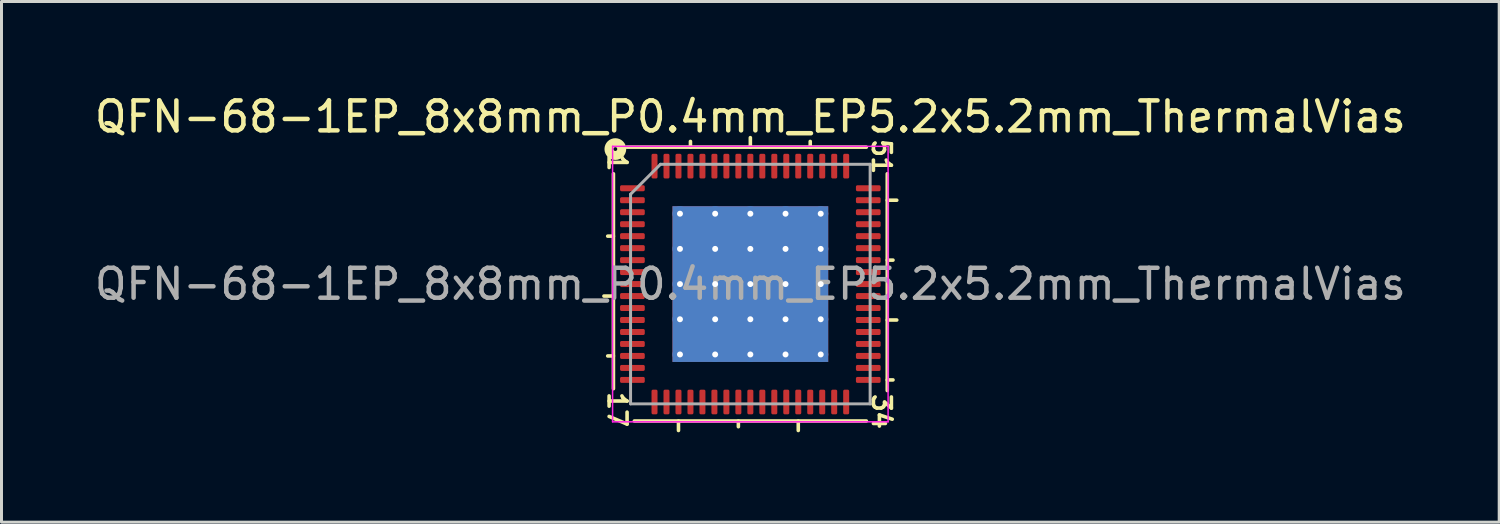
<source format=kicad_pcb>
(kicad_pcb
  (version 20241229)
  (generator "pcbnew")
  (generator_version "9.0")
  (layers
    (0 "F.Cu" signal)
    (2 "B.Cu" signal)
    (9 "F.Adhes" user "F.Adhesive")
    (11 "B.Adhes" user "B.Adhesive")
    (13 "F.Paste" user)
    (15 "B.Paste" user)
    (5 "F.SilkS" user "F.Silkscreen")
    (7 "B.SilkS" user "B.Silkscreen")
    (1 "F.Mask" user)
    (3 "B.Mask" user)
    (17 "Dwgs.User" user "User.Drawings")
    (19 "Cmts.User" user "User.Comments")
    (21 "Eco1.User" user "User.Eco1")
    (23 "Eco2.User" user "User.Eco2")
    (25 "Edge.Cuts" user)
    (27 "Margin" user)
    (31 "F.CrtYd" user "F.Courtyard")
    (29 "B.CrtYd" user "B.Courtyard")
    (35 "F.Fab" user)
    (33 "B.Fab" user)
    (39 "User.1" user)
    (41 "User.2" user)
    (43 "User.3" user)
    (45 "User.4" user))
  (footprint "QFN-68-1EP_8x8mm_P0.4mm_EP5.2x5.2mm_ThermalVias"
    (layer "F.Cu")
    (at 22.006 6.436)
    (property "Reference" "QFN-68-1EP_8x8mm_P0.4mm_EP5.2x5.2mm_ThermalVias" (at 0 -5.588 0) (layer "F.SilkS") (effects (font (size 1 1) (thickness 0.15))))
    (attr smd)
    (fp_line (start -4.572 -3.683) (end -4.572 3.493) (stroke (width 0.12) (type solid)) (layer "F.SilkS"))
    (fp_line (start -4.572 -1.6) (end -4.763 -1.6) (stroke (width 0.12) (type solid)) (layer "F.SilkS"))
    (fp_line (start -4.572 0.4) (end -4.889 0.4) (stroke (width 0.12) (type solid)) (layer "F.SilkS"))
    (fp_line (start -4.572 2.4) (end -4.763 2.4) (stroke (width 0.12) (type solid)) (layer "F.SilkS"))
    (fp_line (start -3.873 4.572) (end 3.873 4.572) (stroke (width 0.12) (type solid)) (layer "F.SilkS"))
    (fp_line (start -2.4 4.572) (end -2.4 4.889) (stroke (width 0.12) (type solid)) (layer "F.SilkS"))
    (fp_line (start -2 -4.572) (end -2 -4.763) (stroke (width 0.12) (type solid)) (layer "F.SilkS"))
    (fp_line (start -0.4 4.572) (end -0.4 4.763) (stroke (width 0.12) (type solid)) (layer "F.SilkS"))
    (fp_line (start 0 -4.572) (end 0 -4.889) (stroke (width 0.12) (type solid)) (layer "F.SilkS"))
    (fp_line (start 1.6 4.572) (end 1.6 4.889) (stroke (width 0.12) (type solid)) (layer "F.SilkS"))
    (fp_line (start 2 -4.572) (end 2 -4.763) (stroke (width 0.12) (type solid)) (layer "F.SilkS"))
    (fp_line (start 3.873 -4.572) (end -4.128 -4.572) (stroke (width 0.12) (type solid)) (layer "F.SilkS"))
    (fp_line (start 4.572 -2.8) (end 4.889 -2.8) (stroke (width 0.12) (type solid)) (layer "F.SilkS"))
    (fp_line (start 4.572 -0.8) (end 4.763 -0.8) (stroke (width 0.12) (type solid)) (layer "F.SilkS"))
    (fp_line (start 4.572 1.2) (end 4.889 1.2) (stroke (width 0.12) (type solid)) (layer "F.SilkS"))
    (fp_line (start 4.572 3.2) (end 4.763 3.2) (stroke (width 0.12) (type solid)) (layer "F.SilkS"))
    (fp_line (start 4.572 3.556) (end 4.572 -3.683) (stroke (width 0.12) (type solid)) (layer "F.SilkS"))
    (fp_circle (center -4.508 -4.508) (end -4.445 -4.508) (stroke (width 0.3) (type solid)) (fill no) (layer "F.SilkS"))
    (fp_line (start -4.6 -4.6) (end -4.6 4.6) (stroke (width 0.05) (type solid)) (layer "F.CrtYd"))
    (fp_line (start -4.6 4.6) (end 4.6 4.6) (stroke (width 0.05) (type solid)) (layer "F.CrtYd"))
    (fp_line (start 4.6 -4.6) (end -4.6 -4.6) (stroke (width 0.05) (type solid)) (layer "F.CrtYd"))
    (fp_line (start 4.6 4.6) (end 4.6 -4.6) (stroke (width 0.05) (type solid)) (layer "F.CrtYd"))
    (fp_line (start -4 -3) (end -3 -4) (stroke (width 0.1) (type solid)) (layer "F.Fab"))
    (fp_line (start -4 4) (end -4 -3) (stroke (width 0.1) (type solid)) (layer "F.Fab"))
    (fp_line (start -3 -4) (end 4 -4) (stroke (width 0.1) (type solid)) (layer "F.Fab"))
    (fp_line (start 4 -4) (end 4 4) (stroke (width 0.1) (type solid)) (layer "F.Fab"))
    (fp_line (start 4 4) (end -4 4) (stroke (width 0.1) (type solid)) (layer "F.Fab"))
    (fp_text user "51" (at 4.381 -4.255 270) (unlocked yes) (layer "F.SilkS") (effects (font (size 0.6 0.6) (thickness 0.12))))
    (fp_text user "1" (at -4.445 -4.064 270) (unlocked yes) (layer "F.SilkS") (effects (font (size 0.6 0.6) (thickness 0.12))))
    (fp_text user "34" (at 4.381 4.255 270) (unlocked yes) (layer "F.SilkS") (effects (font (size 0.6 0.6) (thickness 0.12))))
    (fp_text user "17" (at -4.445 4.191 270) (unlocked yes) (layer "F.SilkS") (effects (font (size 0.6 0.6) (thickness 0.12))))
    (fp_text user "${REFERENCE}" (at 0 0 0) (layer "F.Fab") (effects (font (size 1 1) (thickness 0.15))))
    (pad "" smd roundrect (at -1.762 -1.762) (size 1.007 1.007) (layers "F.Paste") (roundrect_rratio 0.248))
    (pad "" smd roundrect (at -1.762 -0.588) (size 1.007 1.007) (layers "F.Paste") (roundrect_rratio 0.248))
    (pad "" smd roundrect (at -1.762 0.588) (size 1.007 1.007) (layers "F.Paste") (roundrect_rratio 0.248))
    (pad "" smd roundrect (at -1.762 1.762) (size 1.007 1.007) (layers "F.Paste") (roundrect_rratio 0.248))
    (pad "" smd roundrect (at -0.588 -1.762) (size 1.007 1.007) (layers "F.Paste") (roundrect_rratio 0.248))
    (pad "" smd roundrect (at -0.588 -0.588) (size 1.007 1.007) (layers "F.Paste") (roundrect_rratio 0.248))
    (pad "" smd roundrect (at -0.588 0.588) (size 1.007 1.007) (layers "F.Paste") (roundrect_rratio 0.248))
    (pad "" smd roundrect (at -0.588 1.762) (size 1.007 1.007) (layers "F.Paste") (roundrect_rratio 0.248))
    (pad "" smd roundrect (at 0.588 -1.762) (size 1.007 1.007) (layers "F.Paste") (roundrect_rratio 0.248))
    (pad "" smd roundrect (at 0.588 -0.588) (size 1.007 1.007) (layers "F.Paste") (roundrect_rratio 0.248))
    (pad "" smd roundrect (at 0.588 0.588) (size 1.007 1.007) (layers "F.Paste") (roundrect_rratio 0.248))
    (pad "" smd roundrect (at 0.588 1.762) (size 1.007 1.007) (layers "F.Paste") (roundrect_rratio 0.248))
    (pad "" smd roundrect (at 1.762 -1.762) (size 1.007 1.007) (layers "F.Paste") (roundrect_rratio 0.248))
    (pad "" smd roundrect (at 1.762 -0.588) (size 1.007 1.007) (layers "F.Paste") (roundrect_rratio 0.248))
    (pad "" smd roundrect (at 1.762 0.588) (size 1.007 1.007) (layers "F.Paste") (roundrect_rratio 0.248))
    (pad "" smd roundrect (at 1.762 1.762) (size 1.007 1.007) (layers "F.Paste") (roundrect_rratio 0.248))
    (pad "1" smd roundrect (at -3.938 -3.2) (size 0.825 0.2) (layers "F.Cu" "F.Mask" "F.Paste") (roundrect_rratio 0.25))
    (pad "2" smd roundrect (at -3.938 -2.8) (size 0.825 0.2) (layers "F.Cu" "F.Mask" "F.Paste") (roundrect_rratio 0.25))
    (pad "3" smd roundrect (at -3.938 -2.4) (size 0.825 0.2) (layers "F.Cu" "F.Mask" "F.Paste") (roundrect_rratio 0.25))
    (pad "4" smd roundrect (at -3.938 -2) (size 0.825 0.2) (layers "F.Cu" "F.Mask" "F.Paste") (roundrect_rratio 0.25))
    (pad "5" smd roundrect (at -3.938 -1.6) (size 0.825 0.2) (layers "F.Cu" "F.Mask" "F.Paste") (roundrect_rratio 0.25))
    (pad "6" smd roundrect (at -3.938 -1.2) (size 0.825 0.2) (layers "F.Cu" "F.Mask" "F.Paste") (roundrect_rratio 0.25))
    (pad "7" smd roundrect (at -3.938 -0.8) (size 0.825 0.2) (layers "F.Cu" "F.Mask" "F.Paste") (roundrect_rratio 0.25))
    (pad "8" smd roundrect (at -3.938 -0.4) (size 0.825 0.2) (layers "F.Cu" "F.Mask" "F.Paste") (roundrect_rratio 0.25))
    (pad "9" smd roundrect (at -3.938 0) (size 0.825 0.2) (layers "F.Cu" "F.Mask" "F.Paste") (roundrect_rratio 0.25))
    (pad "10" smd roundrect (at -3.938 0.4) (size 0.825 0.2) (layers "F.Cu" "F.Mask" "F.Paste") (roundrect_rratio 0.25))
    (pad "11" smd roundrect (at -3.938 0.8) (size 0.825 0.2) (layers "F.Cu" "F.Mask" "F.Paste") (roundrect_rratio 0.25))
    (pad "12" smd roundrect (at -3.938 1.2) (size 0.825 0.2) (layers "F.Cu" "F.Mask" "F.Paste") (roundrect_rratio 0.25))
    (pad "13" smd roundrect (at -3.938 1.6) (size 0.825 0.2) (layers "F.Cu" "F.Mask" "F.Paste") (roundrect_rratio 0.25))
    (pad "14" smd roundrect (at -3.938 2) (size 0.825 0.2) (layers "F.Cu" "F.Mask" "F.Paste") (roundrect_rratio 0.25))
    (pad "15" smd roundrect (at -3.938 2.4) (size 0.825 0.2) (layers "F.Cu" "F.Mask" "F.Paste") (roundrect_rratio 0.25))
    (pad "16" smd roundrect (at -3.938 2.8) (size 0.825 0.2) (layers "F.Cu" "F.Mask" "F.Paste") (roundrect_rratio 0.25))
    (pad "17" smd roundrect (at -3.938 3.2) (size 0.825 0.2) (layers "F.Cu" "F.Mask" "F.Paste") (roundrect_rratio 0.25))
    (pad "18" smd roundrect (at -3.2 3.938) (size 0.2 0.825) (layers "F.Cu" "F.Mask" "F.Paste") (roundrect_rratio 0.25))
    (pad "19" smd roundrect (at -2.8 3.938) (size 0.2 0.825) (layers "F.Cu" "F.Mask" "F.Paste") (roundrect_rratio 0.25))
    (pad "20" smd roundrect (at -2.4 3.938) (size 0.2 0.825) (layers "F.Cu" "F.Mask" "F.Paste") (roundrect_rratio 0.25))
    (pad "21" smd roundrect (at -2 3.938) (size 0.2 0.825) (layers "F.Cu" "F.Mask" "F.Paste") (roundrect_rratio 0.25))
    (pad "22" smd roundrect (at -1.6 3.938) (size 0.2 0.825) (layers "F.Cu" "F.Mask" "F.Paste") (roundrect_rratio 0.25))
    (pad "23" smd roundrect (at -1.2 3.938) (size 0.2 0.825) (layers "F.Cu" "F.Mask" "F.Paste") (roundrect_rratio 0.25))
    (pad "24" smd roundrect (at -0.8 3.938) (size 0.2 0.825) (layers "F.Cu" "F.Mask" "F.Paste") (roundrect_rratio 0.25))
    (pad "25" smd roundrect (at -0.4 3.938) (size 0.2 0.825) (layers "F.Cu" "F.Mask" "F.Paste") (roundrect_rratio 0.25))
    (pad "26" smd roundrect (at 0 3.938) (size 0.2 0.825) (layers "F.Cu" "F.Mask" "F.Paste") (roundrect_rratio 0.25))
    (pad "27" smd roundrect (at 0.4 3.938) (size 0.2 0.825) (layers "F.Cu" "F.Mask" "F.Paste") (roundrect_rratio 0.25))
    (pad "28" smd roundrect (at 0.8 3.938) (size 0.2 0.825) (layers "F.Cu" "F.Mask" "F.Paste") (roundrect_rratio 0.25))
    (pad "29" smd roundrect (at 1.2 3.938) (size 0.2 0.825) (layers "F.Cu" "F.Mask" "F.Paste") (roundrect_rratio 0.25))
    (pad "30" smd roundrect (at 1.6 3.938) (size 0.2 0.825) (layers "F.Cu" "F.Mask" "F.Paste") (roundrect_rratio 0.25))
    (pad "31" smd roundrect (at 2 3.938) (size 0.2 0.825) (layers "F.Cu" "F.Mask" "F.Paste") (roundrect_rratio 0.25))
    (pad "32" smd roundrect (at 2.4 3.938) (size 0.2 0.825) (layers "F.Cu" "F.Mask" "F.Paste") (roundrect_rratio 0.25))
    (pad "33" smd roundrect (at 2.8 3.938) (size 0.2 0.825) (layers "F.Cu" "F.Mask" "F.Paste") (roundrect_rratio 0.25))
    (pad "34" smd roundrect (at 3.2 3.938) (size 0.2 0.825) (layers "F.Cu" "F.Mask" "F.Paste") (roundrect_rratio 0.25))
    (pad "35" smd roundrect (at 3.938 3.2) (size 0.825 0.2) (layers "F.Cu" "F.Mask" "F.Paste") (roundrect_rratio 0.25))
    (pad "36" smd roundrect (at 3.938 2.8) (size 0.825 0.2) (layers "F.Cu" "F.Mask" "F.Paste") (roundrect_rratio 0.25))
    (pad "37" smd roundrect (at 3.938 2.4) (size 0.825 0.2) (layers "F.Cu" "F.Mask" "F.Paste") (roundrect_rratio 0.25))
    (pad "38" smd roundrect (at 3.938 2) (size 0.825 0.2) (layers "F.Cu" "F.Mask" "F.Paste") (roundrect_rratio 0.25))
    (pad "39" smd roundrect (at 3.938 1.6) (size 0.825 0.2) (layers "F.Cu" "F.Mask" "F.Paste") (roundrect_rratio 0.25))
    (pad "40" smd roundrect (at 3.938 1.2) (size 0.825 0.2) (layers "F.Cu" "F.Mask" "F.Paste") (roundrect_rratio 0.25))
    (pad "41" smd roundrect (at 3.938 0.8) (size 0.825 0.2) (layers "F.Cu" "F.Mask" "F.Paste") (roundrect_rratio 0.25))
    (pad "42" smd roundrect (at 3.938 0.4) (size 0.825 0.2) (layers "F.Cu" "F.Mask" "F.Paste") (roundrect_rratio 0.25))
    (pad "43" smd roundrect (at 3.938 0) (size 0.825 0.2) (layers "F.Cu" "F.Mask" "F.Paste") (roundrect_rratio 0.25))
    (pad "44" smd roundrect (at 3.938 -0.4) (size 0.825 0.2) (layers "F.Cu" "F.Mask" "F.Paste") (roundrect_rratio 0.25))
    (pad "45" smd roundrect (at 3.938 -0.8) (size 0.825 0.2) (layers "F.Cu" "F.Mask" "F.Paste") (roundrect_rratio 0.25))
    (pad "46" smd roundrect (at 3.938 -1.2) (size 0.825 0.2) (layers "F.Cu" "F.Mask" "F.Paste") (roundrect_rratio 0.25))
    (pad "47" smd roundrect (at 3.938 -1.6) (size 0.825 0.2) (layers "F.Cu" "F.Mask" "F.Paste") (roundrect_rratio 0.25))
    (pad "48" smd roundrect (at 3.938 -2) (size 0.825 0.2) (layers "F.Cu" "F.Mask" "F.Paste") (roundrect_rratio 0.25))
    (pad "49" smd roundrect (at 3.938 -2.4) (size 0.825 0.2) (layers "F.Cu" "F.Mask" "F.Paste") (roundrect_rratio 0.25))
    (pad "50" smd roundrect (at 3.938 -2.8) (size 0.825 0.2) (layers "F.Cu" "F.Mask" "F.Paste") (roundrect_rratio 0.25))
    (pad "51" smd roundrect (at 3.938 -3.2) (size 0.825 0.2) (layers "F.Cu" "F.Mask" "F.Paste") (roundrect_rratio 0.25))
    (pad "52" smd roundrect (at 3.2 -3.938) (size 0.2 0.825) (layers "F.Cu" "F.Mask" "F.Paste") (roundrect_rratio 0.25))
    (pad "53" smd roundrect (at 2.8 -3.938) (size 0.2 0.825) (layers "F.Cu" "F.Mask" "F.Paste") (roundrect_rratio 0.25))
    (pad "54" smd roundrect (at 2.4 -3.938) (size 0.2 0.825) (layers "F.Cu" "F.Mask" "F.Paste") (roundrect_rratio 0.25))
    (pad "55" smd roundrect (at 2 -3.938) (size 0.2 0.825) (layers "F.Cu" "F.Mask" "F.Paste") (roundrect_rratio 0.25))
    (pad "56" smd roundrect (at 1.6 -3.938) (size 0.2 0.825) (layers "F.Cu" "F.Mask" "F.Paste") (roundrect_rratio 0.25))
    (pad "57" smd roundrect (at 1.2 -3.938) (size 0.2 0.825) (layers "F.Cu" "F.Mask" "F.Paste") (roundrect_rratio 0.25))
    (pad "58" smd roundrect (at 0.8 -3.938) (size 0.2 0.825) (layers "F.Cu" "F.Mask" "F.Paste") (roundrect_rratio 0.25))
    (pad "59" smd roundrect (at 0.4 -3.938) (size 0.2 0.825) (layers "F.Cu" "F.Mask" "F.Paste") (roundrect_rratio 0.25))
    (pad "60" smd roundrect (at 0 -3.938) (size 0.2 0.825) (layers "F.Cu" "F.Mask" "F.Paste") (roundrect_rratio 0.25))
    (pad "61" smd roundrect (at -0.4 -3.938) (size 0.2 0.825) (layers "F.Cu" "F.Mask" "F.Paste") (roundrect_rratio 0.25))
    (pad "62" smd roundrect (at -0.8 -3.938) (size 0.2 0.825) (layers "F.Cu" "F.Mask" "F.Paste") (roundrect_rratio 0.25))
    (pad "63" smd roundrect (at -1.2 -3.938) (size 0.2 0.825) (layers "F.Cu" "F.Mask" "F.Paste") (roundrect_rratio 0.25))
    (pad "64" smd roundrect (at -1.6 -3.938) (size 0.2 0.825) (layers "F.Cu" "F.Mask" "F.Paste") (roundrect_rratio 0.25))
    (pad "65" smd roundrect (at -2 -3.938) (size 0.2 0.825) (layers "F.Cu" "F.Mask" "F.Paste") (roundrect_rratio 0.25))
    (pad "66" smd roundrect (at -2.4 -3.938) (size 0.2 0.825) (layers "F.Cu" "F.Mask" "F.Paste") (roundrect_rratio 0.25))
    (pad "67" smd roundrect (at -2.8 -3.938) (size 0.2 0.825) (layers "F.Cu" "F.Mask" "F.Paste") (roundrect_rratio 0.25))
    (pad "68" smd roundrect (at -3.2 -3.938) (size 0.2 0.825) (layers "F.Cu" "F.Mask" "F.Paste") (roundrect_rratio 0.25))
    (pad "69" thru_hole circle (at -2.35 -2.35) (size 0.5 0.5) (drill 0.2) (layers "*.Cu"))
    (pad "69" thru_hole circle (at -2.35 -1.175) (size 0.5 0.5) (drill 0.2) (layers "*.Cu"))
    (pad "69" thru_hole circle (at -2.35 0) (size 0.5 0.5) (drill 0.2) (layers "*.Cu"))
    (pad "69" thru_hole circle (at -2.35 1.175) (size 0.5 0.5) (drill 0.2) (layers "*.Cu"))
    (pad "69" thru_hole circle (at -2.35 2.35) (size 0.5 0.5) (drill 0.2) (layers "*.Cu"))
    (pad "69" thru_hole circle (at -1.175 -2.35) (size 0.5 0.5) (drill 0.2) (layers "*.Cu"))
    (pad "69" thru_hole circle (at -1.175 -1.175) (size 0.5 0.5) (drill 0.2) (layers "*.Cu"))
    (pad "69" thru_hole circle (at -1.175 0) (size 0.5 0.5) (drill 0.2) (layers "*.Cu"))
    (pad "69" thru_hole circle (at -1.175 1.175) (size 0.5 0.5) (drill 0.2) (layers "*.Cu"))
    (pad "69" thru_hole circle (at -1.175 2.35) (size 0.5 0.5) (drill 0.2) (layers "*.Cu"))
    (pad "69" thru_hole circle (at 0 -2.35) (size 0.5 0.5) (drill 0.2) (layers "*.Cu"))
    (pad "69" thru_hole circle (at 0 -1.175) (size 0.5 0.5) (drill 0.2) (layers "*.Cu"))
    (pad "69" thru_hole circle (at 0 0) (size 0.5 0.5) (drill 0.2) (layers "*.Cu"))
    (pad "69" smd rect (at 0 0) (size 5.2 5.2) (layers "F.Cu" "F.Mask"))
    (pad "69" smd rect (at 0 0) (size 5.2 5.2) (layers "B.Cu" "B.Mask"))
    (pad "69" thru_hole circle (at 0 1.175) (size 0.5 0.5) (drill 0.2) (layers "*.Cu"))
    (pad "69" thru_hole circle (at 0 2.35) (size 0.5 0.5) (drill 0.2) (layers "*.Cu"))
    (pad "69" thru_hole circle (at 1.175 -2.35) (size 0.5 0.5) (drill 0.2) (layers "*.Cu"))
    (pad "69" thru_hole circle (at 1.175 -1.175) (size 0.5 0.5) (drill 0.2) (layers "*.Cu"))
    (pad "69" thru_hole circle (at 1.175 0) (size 0.5 0.5) (drill 0.2) (layers "*.Cu"))
    (pad "69" thru_hole circle (at 1.175 1.175) (size 0.5 0.5) (drill 0.2) (layers "*.Cu"))
    (pad "69" thru_hole circle (at 1.175 2.35) (size 0.5 0.5) (drill 0.2) (layers "*.Cu"))
    (pad "69" thru_hole circle (at 2.35 -2.35) (size 0.5 0.5) (drill 0.2) (layers "*.Cu"))
    (pad "69" thru_hole circle (at 2.35 -1.175) (size 0.5 0.5) (drill 0.2) (layers "*.Cu"))
    (pad "69" thru_hole circle (at 2.35 0) (size 0.5 0.5) (drill 0.2) (layers "*.Cu"))
    (pad "69" thru_hole circle (at 2.35 1.175) (size 0.5 0.5) (drill 0.2) (layers "*.Cu"))
    (pad "69" thru_hole circle (at 2.35 2.35) (size 0.5 0.5) (drill 0.2) (layers "*.Cu")))
  (gr_rect
    (start -3 -3)
    (end 47.012 14.386)
    (stroke (width 0.1) (type default))
    (fill no)
    (layer "Edge.Cuts")))
</source>
